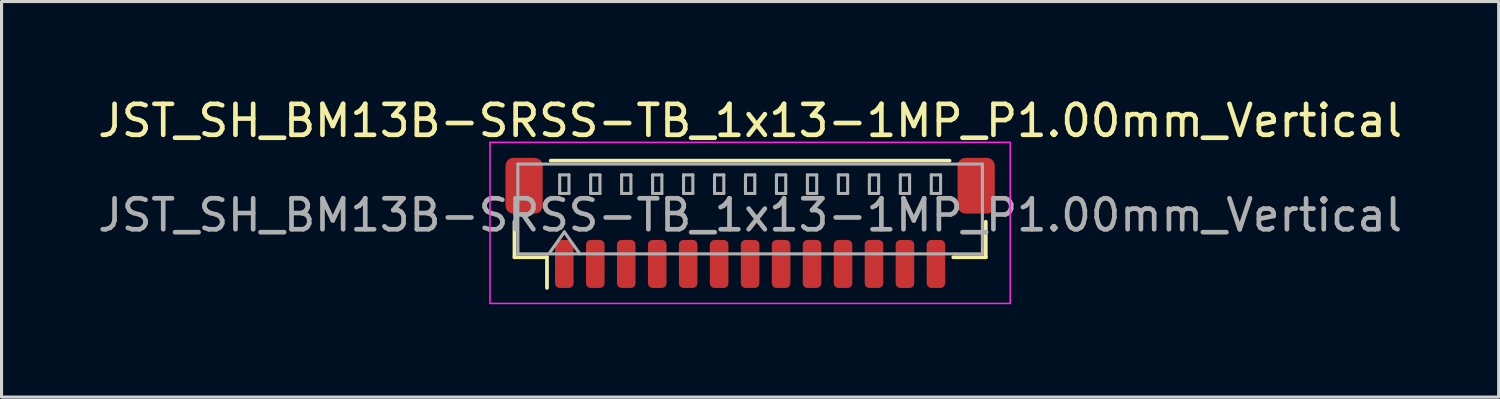
<source format=kicad_pcb>
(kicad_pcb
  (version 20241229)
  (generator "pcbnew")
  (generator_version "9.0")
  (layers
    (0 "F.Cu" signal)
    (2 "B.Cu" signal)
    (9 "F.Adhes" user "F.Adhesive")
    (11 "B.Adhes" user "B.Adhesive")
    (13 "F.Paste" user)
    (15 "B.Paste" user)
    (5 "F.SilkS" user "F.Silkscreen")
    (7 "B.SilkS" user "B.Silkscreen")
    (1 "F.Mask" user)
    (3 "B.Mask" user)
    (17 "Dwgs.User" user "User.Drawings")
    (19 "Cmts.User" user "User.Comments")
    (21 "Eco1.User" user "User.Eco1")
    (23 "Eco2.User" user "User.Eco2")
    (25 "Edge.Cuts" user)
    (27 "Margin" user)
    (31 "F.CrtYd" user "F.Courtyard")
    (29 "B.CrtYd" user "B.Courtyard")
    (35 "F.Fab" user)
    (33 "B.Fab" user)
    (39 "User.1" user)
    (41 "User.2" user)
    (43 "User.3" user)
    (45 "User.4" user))
  (footprint "JST_SH_BM13B-SRSS-TB_1x13-1MP_P1.00mm_Vertical"
    (layer "F.Cu")
    (at 21.173 4.148)
    (property "Reference" "JST_SH_BM13B-SRSS-TB_1x13-1MP_P1.00mm_Vertical" (at 0 -3.3 0) (layer "F.SilkS") (effects (font (size 1 1) (thickness 0.15))))
    (attr smd)
    (fp_line (start -7.61 -0.04) (end -7.61 1.11) (stroke (width 0.12) (type solid)) (layer "F.SilkS"))
    (fp_line (start -7.61 1.11) (end -6.56 1.11) (stroke (width 0.12) (type solid)) (layer "F.SilkS"))
    (fp_line (start -6.56 1.11) (end -6.56 2.1) (stroke (width 0.12) (type solid)) (layer "F.SilkS"))
    (fp_line (start -6.44 -2.01) (end 6.44 -2.01) (stroke (width 0.12) (type solid)) (layer "F.SilkS"))
    (fp_line (start 7.61 -0.04) (end 7.61 1.11) (stroke (width 0.12) (type solid)) (layer "F.SilkS"))
    (fp_line (start 7.61 1.11) (end 6.56 1.11) (stroke (width 0.12) (type solid)) (layer "F.SilkS"))
    (fp_line (start -8.4 -2.6) (end -8.4 2.6) (stroke (width 0.05) (type solid)) (layer "F.CrtYd"))
    (fp_line (start -8.4 2.6) (end 8.4 2.6) (stroke (width 0.05) (type solid)) (layer "F.CrtYd"))
    (fp_line (start 8.4 -2.6) (end -8.4 -2.6) (stroke (width 0.05) (type solid)) (layer "F.CrtYd"))
    (fp_line (start 8.4 2.6) (end 8.4 -2.6) (stroke (width 0.05) (type solid)) (layer "F.CrtYd"))
    (fp_line (start -7.5 -1.9) (end 7.5 -1.9) (stroke (width 0.1) (type solid)) (layer "F.Fab"))
    (fp_line (start -7.5 1) (end -7.5 -1.9) (stroke (width 0.1) (type solid)) (layer "F.Fab"))
    (fp_line (start -7.5 1) (end 7.5 1) (stroke (width 0.1) (type solid)) (layer "F.Fab"))
    (fp_line (start -6.5 1) (end -6 0.293) (stroke (width 0.1) (type solid)) (layer "F.Fab"))
    (fp_line (start -6.15 -1.55) (end -6.15 -0.95) (stroke (width 0.1) (type solid)) (layer "F.Fab"))
    (fp_line (start -6.15 -0.95) (end -5.85 -0.95) (stroke (width 0.1) (type solid)) (layer "F.Fab"))
    (fp_line (start -6 0.293) (end -5.5 1) (stroke (width 0.1) (type solid)) (layer "F.Fab"))
    (fp_line (start -5.85 -1.55) (end -6.15 -1.55) (stroke (width 0.1) (type solid)) (layer "F.Fab"))
    (fp_line (start -5.85 -0.95) (end -5.85 -1.55) (stroke (width 0.1) (type solid)) (layer "F.Fab"))
    (fp_line (start -5.15 -1.55) (end -5.15 -0.95) (stroke (width 0.1) (type solid)) (layer "F.Fab"))
    (fp_line (start -5.15 -0.95) (end -4.85 -0.95) (stroke (width 0.1) (type solid)) (layer "F.Fab"))
    (fp_line (start -4.85 -1.55) (end -5.15 -1.55) (stroke (width 0.1) (type solid)) (layer "F.Fab"))
    (fp_line (start -4.85 -0.95) (end -4.85 -1.55) (stroke (width 0.1) (type solid)) (layer "F.Fab"))
    (fp_line (start -4.15 -1.55) (end -4.15 -0.95) (stroke (width 0.1) (type solid)) (layer "F.Fab"))
    (fp_line (start -4.15 -0.95) (end -3.85 -0.95) (stroke (width 0.1) (type solid)) (layer "F.Fab"))
    (fp_line (start -3.85 -1.55) (end -4.15 -1.55) (stroke (width 0.1) (type solid)) (layer "F.Fab"))
    (fp_line (start -3.85 -0.95) (end -3.85 -1.55) (stroke (width 0.1) (type solid)) (layer "F.Fab"))
    (fp_line (start -3.15 -1.55) (end -3.15 -0.95) (stroke (width 0.1) (type solid)) (layer "F.Fab"))
    (fp_line (start -3.15 -0.95) (end -2.85 -0.95) (stroke (width 0.1) (type solid)) (layer "F.Fab"))
    (fp_line (start -2.85 -1.55) (end -3.15 -1.55) (stroke (width 0.1) (type solid)) (layer "F.Fab"))
    (fp_line (start -2.85 -0.95) (end -2.85 -1.55) (stroke (width 0.1) (type solid)) (layer "F.Fab"))
    (fp_line (start -2.15 -1.55) (end -2.15 -0.95) (stroke (width 0.1) (type solid)) (layer "F.Fab"))
    (fp_line (start -2.15 -0.95) (end -1.85 -0.95) (stroke (width 0.1) (type solid)) (layer "F.Fab"))
    (fp_line (start -1.85 -1.55) (end -2.15 -1.55) (stroke (width 0.1) (type solid)) (layer "F.Fab"))
    (fp_line (start -1.85 -0.95) (end -1.85 -1.55) (stroke (width 0.1) (type solid)) (layer "F.Fab"))
    (fp_line (start -1.15 -1.55) (end -1.15 -0.95) (stroke (width 0.1) (type solid)) (layer "F.Fab"))
    (fp_line (start -1.15 -0.95) (end -0.85 -0.95) (stroke (width 0.1) (type solid)) (layer "F.Fab"))
    (fp_line (start -0.85 -1.55) (end -1.15 -1.55) (stroke (width 0.1) (type solid)) (layer "F.Fab"))
    (fp_line (start -0.85 -0.95) (end -0.85 -1.55) (stroke (width 0.1) (type solid)) (layer "F.Fab"))
    (fp_line (start -0.15 -1.55) (end -0.15 -0.95) (stroke (width 0.1) (type solid)) (layer "F.Fab"))
    (fp_line (start -0.15 -0.95) (end 0.15 -0.95) (stroke (width 0.1) (type solid)) (layer "F.Fab"))
    (fp_line (start 0.15 -1.55) (end -0.15 -1.55) (stroke (width 0.1) (type solid)) (layer "F.Fab"))
    (fp_line (start 0.15 -0.95) (end 0.15 -1.55) (stroke (width 0.1) (type solid)) (layer "F.Fab"))
    (fp_line (start 0.85 -1.55) (end 0.85 -0.95) (stroke (width 0.1) (type solid)) (layer "F.Fab"))
    (fp_line (start 0.85 -0.95) (end 1.15 -0.95) (stroke (width 0.1) (type solid)) (layer "F.Fab"))
    (fp_line (start 1.15 -1.55) (end 0.85 -1.55) (stroke (width 0.1) (type solid)) (layer "F.Fab"))
    (fp_line (start 1.15 -0.95) (end 1.15 -1.55) (stroke (width 0.1) (type solid)) (layer "F.Fab"))
    (fp_line (start 1.85 -1.55) (end 1.85 -0.95) (stroke (width 0.1) (type solid)) (layer "F.Fab"))
    (fp_line (start 1.85 -0.95) (end 2.15 -0.95) (stroke (width 0.1) (type solid)) (layer "F.Fab"))
    (fp_line (start 2.15 -1.55) (end 1.85 -1.55) (stroke (width 0.1) (type solid)) (layer "F.Fab"))
    (fp_line (start 2.15 -0.95) (end 2.15 -1.55) (stroke (width 0.1) (type solid)) (layer "F.Fab"))
    (fp_line (start 2.85 -1.55) (end 2.85 -0.95) (stroke (width 0.1) (type solid)) (layer "F.Fab"))
    (fp_line (start 2.85 -0.95) (end 3.15 -0.95) (stroke (width 0.1) (type solid)) (layer "F.Fab"))
    (fp_line (start 3.15 -1.55) (end 2.85 -1.55) (stroke (width 0.1) (type solid)) (layer "F.Fab"))
    (fp_line (start 3.15 -0.95) (end 3.15 -1.55) (stroke (width 0.1) (type solid)) (layer "F.Fab"))
    (fp_line (start 3.85 -1.55) (end 3.85 -0.95) (stroke (width 0.1) (type solid)) (layer "F.Fab"))
    (fp_line (start 3.85 -0.95) (end 4.15 -0.95) (stroke (width 0.1) (type solid)) (layer "F.Fab"))
    (fp_line (start 4.15 -1.55) (end 3.85 -1.55) (stroke (width 0.1) (type solid)) (layer "F.Fab"))
    (fp_line (start 4.15 -0.95) (end 4.15 -1.55) (stroke (width 0.1) (type solid)) (layer "F.Fab"))
    (fp_line (start 4.85 -1.55) (end 4.85 -0.95) (stroke (width 0.1) (type solid)) (layer "F.Fab"))
    (fp_line (start 4.85 -0.95) (end 5.15 -0.95) (stroke (width 0.1) (type solid)) (layer "F.Fab"))
    (fp_line (start 5.15 -1.55) (end 4.85 -1.55) (stroke (width 0.1) (type solid)) (layer "F.Fab"))
    (fp_line (start 5.15 -0.95) (end 5.15 -1.55) (stroke (width 0.1) (type solid)) (layer "F.Fab"))
    (fp_line (start 5.85 -1.55) (end 5.85 -0.95) (stroke (width 0.1) (type solid)) (layer "F.Fab"))
    (fp_line (start 5.85 -0.95) (end 6.15 -0.95) (stroke (width 0.1) (type solid)) (layer "F.Fab"))
    (fp_line (start 6.15 -1.55) (end 5.85 -1.55) (stroke (width 0.1) (type solid)) (layer "F.Fab"))
    (fp_line (start 6.15 -0.95) (end 6.15 -1.55) (stroke (width 0.1) (type solid)) (layer "F.Fab"))
    (fp_line (start 7.5 1) (end 7.5 -1.9) (stroke (width 0.1) (type solid)) (layer "F.Fab"))
    (fp_text user "${REFERENCE}" (at 0 -0.25 0) (layer "F.Fab") (effects (font (size 1 1) (thickness 0.15))))
    (pad "1" smd roundrect (at -6 1.325) (size 0.6 1.55) (layers "F.Cu" "F.Mask" "F.Paste") (roundrect_rratio 0.25))
    (pad "2" smd roundrect (at -5 1.325) (size 0.6 1.55) (layers "F.Cu" "F.Mask" "F.Paste") (roundrect_rratio 0.25))
    (pad "3" smd roundrect (at -4 1.325) (size 0.6 1.55) (layers "F.Cu" "F.Mask" "F.Paste") (roundrect_rratio 0.25))
    (pad "4" smd roundrect (at -3 1.325) (size 0.6 1.55) (layers "F.Cu" "F.Mask" "F.Paste") (roundrect_rratio 0.25))
    (pad "5" smd roundrect (at -2 1.325) (size 0.6 1.55) (layers "F.Cu" "F.Mask" "F.Paste") (roundrect_rratio 0.25))
    (pad "6" smd roundrect (at -1 1.325) (size 0.6 1.55) (layers "F.Cu" "F.Mask" "F.Paste") (roundrect_rratio 0.25))
    (pad "7" smd roundrect (at 0 1.325) (size 0.6 1.55) (layers "F.Cu" "F.Mask" "F.Paste") (roundrect_rratio 0.25))
    (pad "8" smd roundrect (at 1 1.325) (size 0.6 1.55) (layers "F.Cu" "F.Mask" "F.Paste") (roundrect_rratio 0.25))
    (pad "9" smd roundrect (at 2 1.325) (size 0.6 1.55) (layers "F.Cu" "F.Mask" "F.Paste") (roundrect_rratio 0.25))
    (pad "10" smd roundrect (at 3 1.325) (size 0.6 1.55) (layers "F.Cu" "F.Mask" "F.Paste") (roundrect_rratio 0.25))
    (pad "11" smd roundrect (at 4 1.325) (size 0.6 1.55) (layers "F.Cu" "F.Mask" "F.Paste") (roundrect_rratio 0.25))
    (pad "12" smd roundrect (at 5 1.325) (size 0.6 1.55) (layers "F.Cu" "F.Mask" "F.Paste") (roundrect_rratio 0.25))
    (pad "13" smd roundrect (at 6 1.325) (size 0.6 1.55) (layers "F.Cu" "F.Mask" "F.Paste") (roundrect_rratio 0.25))
    (pad "MP" smd roundrect (at -7.3 -1.2) (size 1.2 1.8) (layers "F.Cu" "F.Mask" "F.Paste") (roundrect_rratio 0.208))
    (pad "MP" smd roundrect (at 7.3 -1.2) (size 1.2 1.8) (layers "F.Cu" "F.Mask" "F.Paste") (roundrect_rratio 0.208)))
  (gr_rect
    (start -3 -3)
    (end 45.345 9.773)
    (stroke (width 0.1) (type default))
    (fill no)
    (layer "Edge.Cuts")))
</source>
